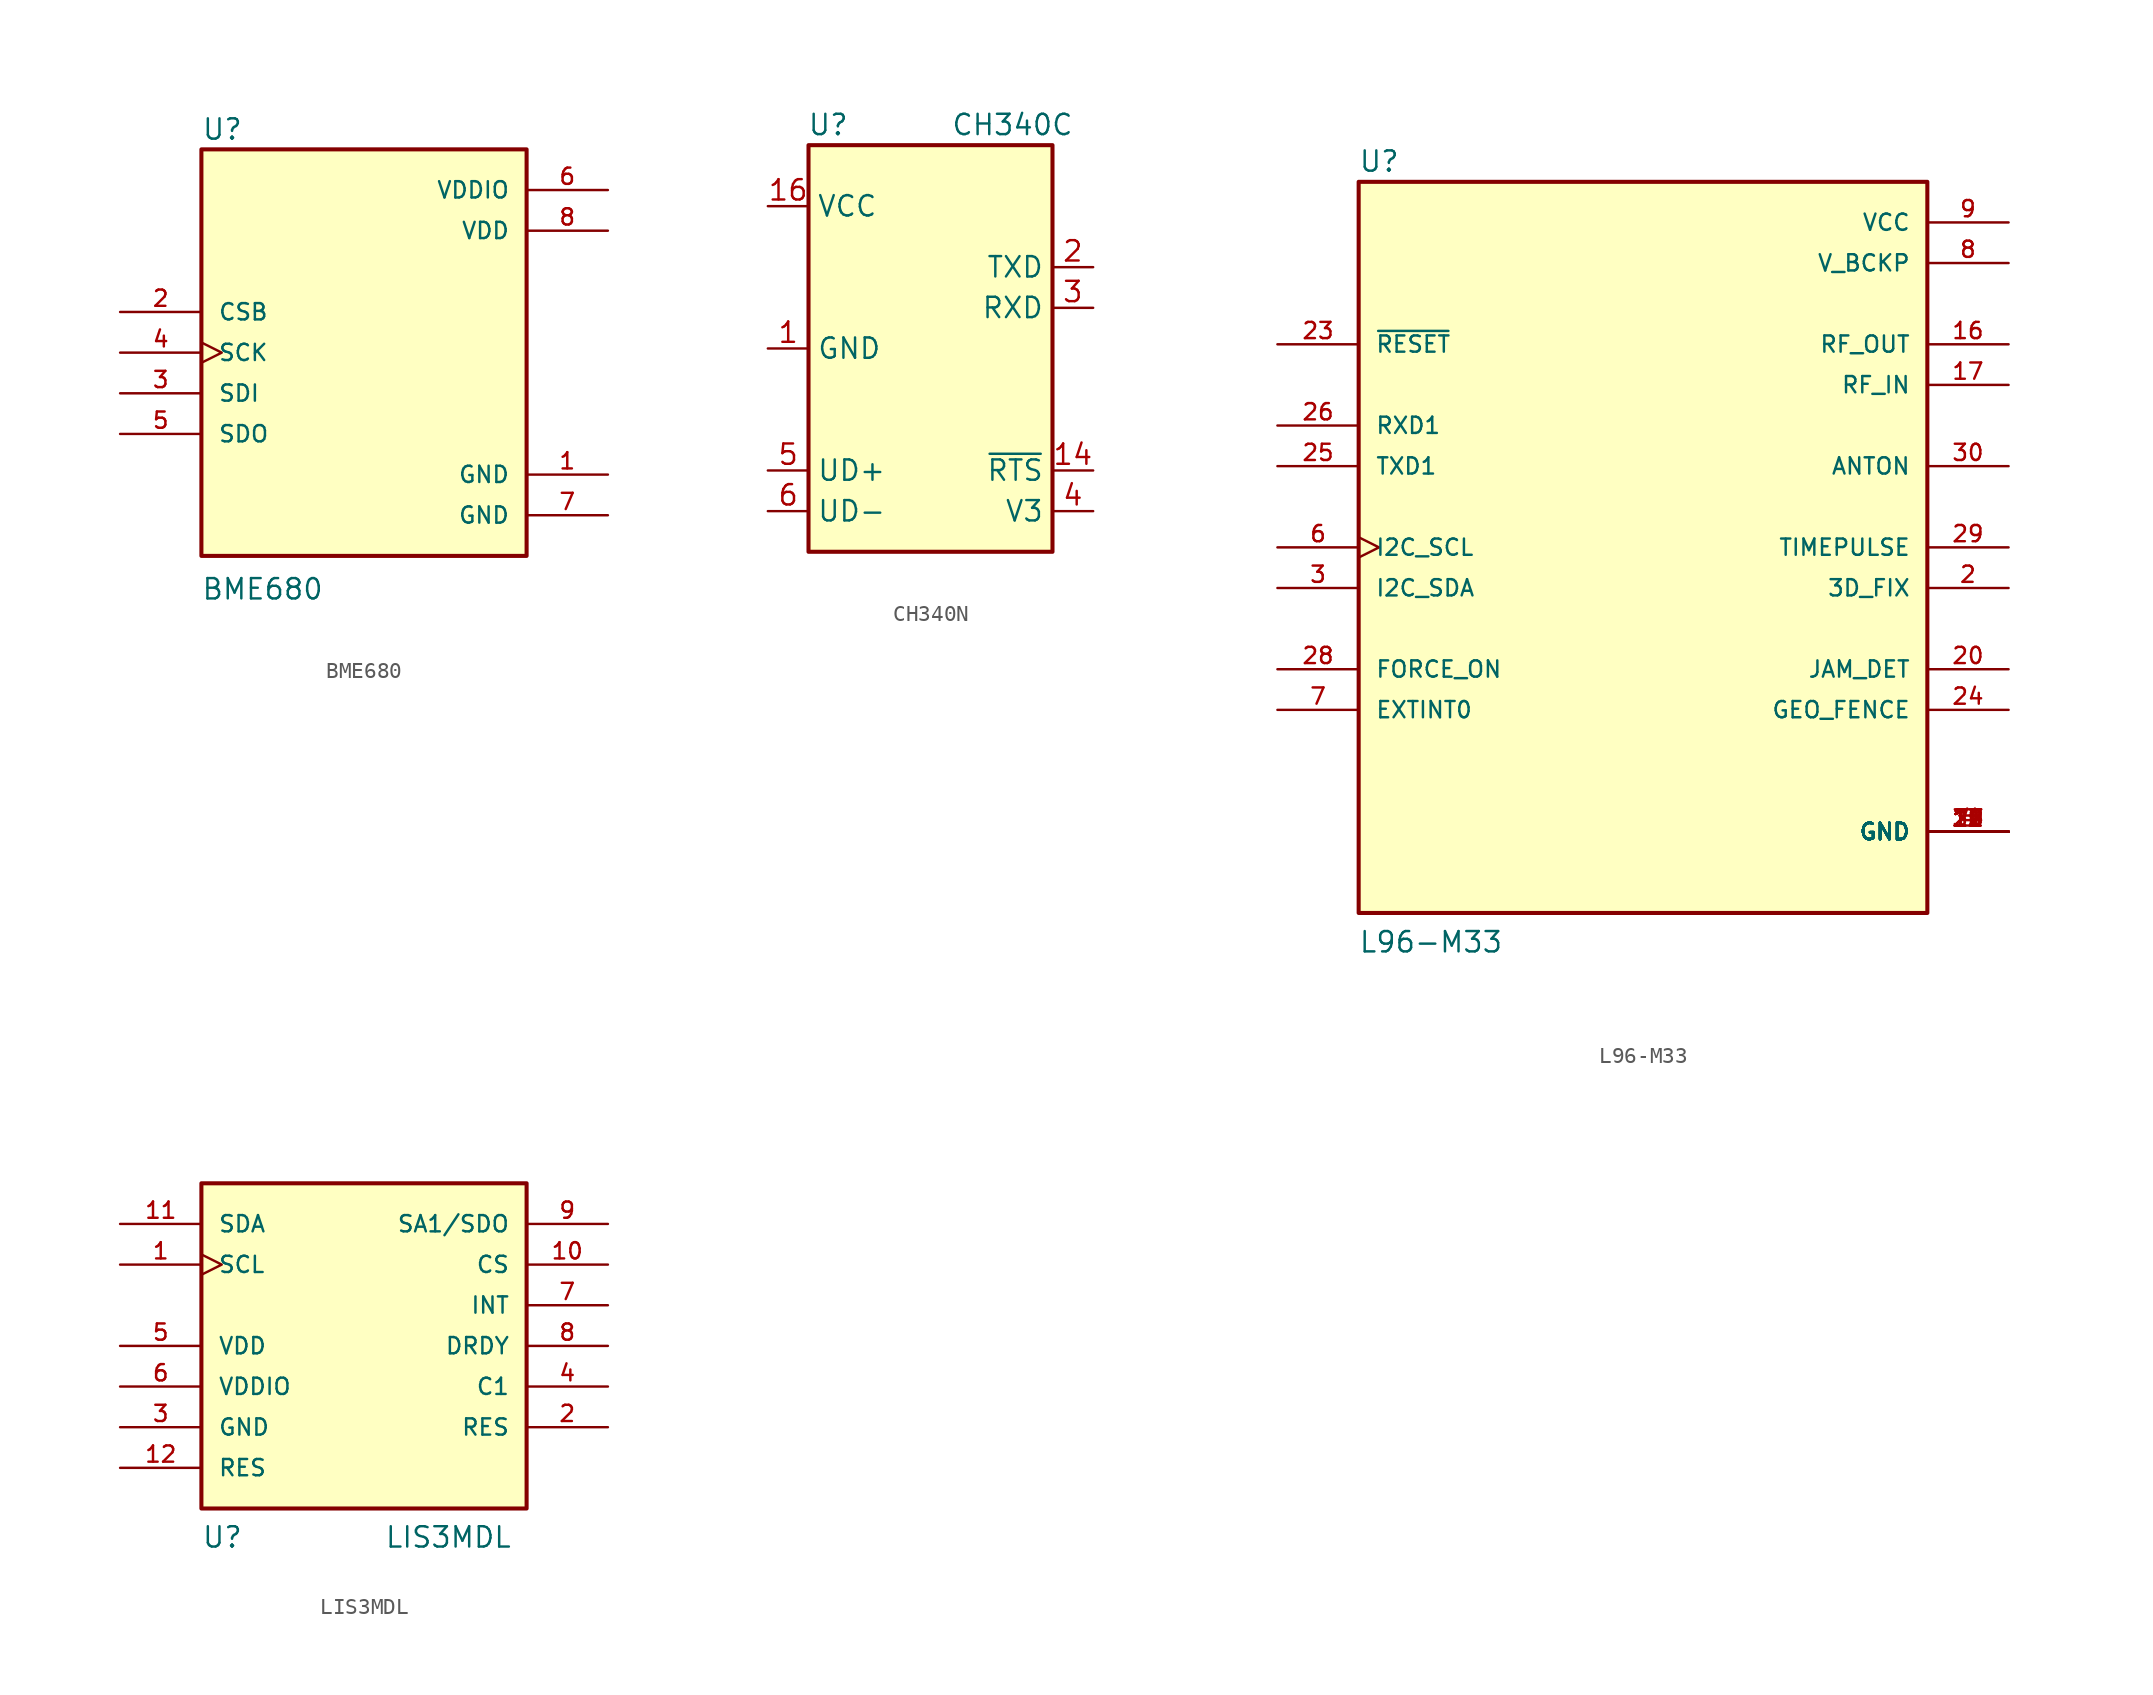
<source format=kicad_sym>
(kicad_symbol_lib
  (version 20220914)
  (generator kicad_symbol_editor)
  (symbol "BME680"
    (pin_names
      (offset 1.016))
    (property "Reference" "U"
      (at -10.16 13.208 0)
      (effects (font (size 1.27 1.27)) (justify left bottom)))
    (property "Value" "BME680"
      (at -10.185 -15.519 0)
      (effects (font (size 1.27 1.27)) (justify left bottom)))
    (symbol "BME680_0_0"
      (rectangle (start -10.16 -12.7) (end 10.16 12.7) (stroke (width 0.254) (type default)) (fill (type background)))
      (pin power_in line (at 15.24 -7.62 180) (length 5.08) (name "GND" (effects (font (size 1.016 1.016)))) (number "1" (effects (font (size 1.016 1.016)))))
      (pin input line (at -15.24 2.54 0) (length 5.08) (name "CSB" (effects (font (size 1.016 1.016)))) (number "2" (effects (font (size 1.016 1.016)))))
      (pin bidirectional line (at -15.24 -2.54 0) (length 5.08) (name "SDI" (effects (font (size 1.016 1.016)))) (number "3" (effects (font (size 1.016 1.016)))))
      (pin input clock (at -15.24 0 0) (length 5.08) (name "SCK" (effects (font (size 1.016 1.016)))) (number "4" (effects (font (size 1.016 1.016)))))
      (pin bidirectional line (at -15.24 -5.08 0) (length 5.08) (name "SDO" (effects (font (size 1.016 1.016)))) (number "5" (effects (font (size 1.016 1.016)))))
      (pin power_in line (at 15.24 10.16 180) (length 5.08) (name "VDDIO" (effects (font (size 1.016 1.016)))) (number "6" (effects (font (size 1.016 1.016)))))
      (pin power_in line (at 15.24 -10.16 180) (length 5.08) (name "GND" (effects (font (size 1.016 1.016)))) (number "7" (effects (font (size 1.016 1.016)))))
      (pin power_in line (at 15.24 7.62 180) (length 5.08) (name "VDD" (effects (font (size 1.016 1.016)))) (number "8" (effects (font (size 1.016 1.016)))))))
  (symbol "CH340N"
    (property "Reference" "U"
      (at -5.08 13.97 0)
      (effects (font (size 1.27 1.27)) (justify right)))
    (property "Value" "CH340C"
      (at 1.27 13.97 0)
      (effects (font (size 1.27 1.27)) (justify left)))
    (symbol "CH340N_0_1"
      (rectangle (start -7.62 12.7) (end 7.62 -12.7) (stroke (width 0.254) (type default)) (fill (type background))))
    (symbol "CH340N_1_1"
      (pin power_in line (at -10.16 0 0) (length 2.54) (name "GND" (effects (font (size 1.27 1.27)))) (number "1" (effects (font (size 1.27 1.27)))))
      (pin output line (at 10.16 -7.62 180) (length 2.54) (name "~{RTS}" (effects (font (size 1.27 1.27)))) (number "14" (effects (font (size 1.27 1.27)))))
      (pin power_in line (at -10.16 8.89 0) (length 2.54) (name "VCC" (effects (font (size 1.27 1.27)))) (number "16" (effects (font (size 1.27 1.27)))))
      (pin output line (at 10.16 5.08 180) (length 2.54) (name "TXD" (effects (font (size 1.27 1.27)))) (number "2" (effects (font (size 1.27 1.27)))))
      (pin input line (at 10.16 2.54 180) (length 2.54) (name "RXD" (effects (font (size 1.27 1.27)))) (number "3" (effects (font (size 1.27 1.27)))))
      (pin passive line (at 10.16 -10.16 180) (length 2.54) (name "V3" (effects (font (size 1.27 1.27)))) (number "4" (effects (font (size 1.27 1.27)))))
      (pin bidirectional line (at -10.16 -7.62 0) (length 2.54) (name "UD+" (effects (font (size 1.27 1.27)))) (number "5" (effects (font (size 1.27 1.27)))))
      (pin bidirectional line (at -10.16 -10.16 0) (length 2.54) (name "UD-" (effects (font (size 1.27 1.27)))) (number "6" (effects (font (size 1.27 1.27)))))))
  (symbol "L96-M33"
    (pin_names
      (offset 1.016))
    (property "Reference" "U"
      (at -17.805 23.393 0)
      (effects (font (size 1.27 1.27)) (justify left bottom)))
    (property "Value" "L96-M33"
      (at -17.805 -25.425 0)
      (effects (font (size 1.27 1.27)) (justify left bottom)))
    (symbol "L96-M33_0_0"
      (rectangle (start -17.78 -22.86) (end 17.78 22.86) (stroke (width 0.254) (type default)) (fill (type background)))
      (pin power_in line (at 22.86 -17.78 180) (length 5.08) (name "GND" (effects (font (size 1.016 1.016)))) (number "10" (effects (font (size 1.016 1.016)))))
      (pin power_in line (at 22.86 -17.78 180) (length 5.08) (name "GND" (effects (font (size 1.016 1.016)))) (number "11" (effects (font (size 1.016 1.016)))))
      (pin power_in line (at 22.86 -17.78 180) (length 5.08) (name "GND" (effects (font (size 1.016 1.016)))) (number "12" (effects (font (size 1.016 1.016)))))
      (pin power_in line (at 22.86 -17.78 180) (length 5.08) (name "GND" (effects (font (size 1.016 1.016)))) (number "13" (effects (font (size 1.016 1.016)))))
      (pin power_in line (at 22.86 -17.78 180) (length 5.08) (name "GND" (effects (font (size 1.016 1.016)))) (number "14" (effects (font (size 1.016 1.016)))))
      (pin power_in line (at 22.86 -17.78 180) (length 5.08) (name "GND" (effects (font (size 1.016 1.016)))) (number "15" (effects (font (size 1.016 1.016)))))
      (pin output line (at 22.86 12.7 180) (length 5.08) (name "RF_OUT" (effects (font (size 1.016 1.016)))) (number "16" (effects (font (size 1.016 1.016)))))
      (pin input line (at 22.86 10.16 180) (length 5.08) (name "RF_IN" (effects (font (size 1.016 1.016)))) (number "17" (effects (font (size 1.016 1.016)))))
      (pin power_in line (at 22.86 -17.78 180) (length 5.08) (name "GND" (effects (font (size 1.016 1.016)))) (number "18" (effects (font (size 1.016 1.016)))))
      (pin power_in line (at 22.86 -17.78 180) (length 5.08) (name "GND" (effects (font (size 1.016 1.016)))) (number "19" (effects (font (size 1.016 1.016)))))
      (pin output line (at 22.86 -2.54 180) (length 5.08) (name "3D_FIX" (effects (font (size 1.016 1.016)))) (number "2" (effects (font (size 1.016 1.016)))))
      (pin output line (at 22.86 -7.62 180) (length 5.08) (name "JAM_DET" (effects (font (size 1.016 1.016)))) (number "20" (effects (font (size 1.016 1.016)))))
      (pin power_in line (at 22.86 -17.78 180) (length 5.08) (name "GND" (effects (font (size 1.016 1.016)))) (number "21" (effects (font (size 1.016 1.016)))))
      (pin power_in line (at 22.86 -17.78 180) (length 5.08) (name "GND" (effects (font (size 1.016 1.016)))) (number "22" (effects (font (size 1.016 1.016)))))
      (pin input line (at -22.86 12.7 0) (length 5.08) (name "~{RESET}" (effects (font (size 1.016 1.016)))) (number "23" (effects (font (size 1.016 1.016)))))
      (pin output line (at 22.86 -10.16 180) (length 5.08) (name "GEO_FENCE" (effects (font (size 1.016 1.016)))) (number "24" (effects (font (size 1.016 1.016)))))
      (pin output line (at -22.86 5.08 0) (length 5.08) (name "TXD1" (effects (font (size 1.016 1.016)))) (number "25" (effects (font (size 1.016 1.016)))))
      (pin input line (at -22.86 7.62 0) (length 5.08) (name "RXD1" (effects (font (size 1.016 1.016)))) (number "26" (effects (font (size 1.016 1.016)))))
      (pin power_in line (at 22.86 -17.78 180) (length 5.08) (name "GND" (effects (font (size 1.016 1.016)))) (number "27" (effects (font (size 1.016 1.016)))))
      (pin input line (at -22.86 -7.62 0) (length 5.08) (name "FORCE_ON" (effects (font (size 1.016 1.016)))) (number "28" (effects (font (size 1.016 1.016)))))
      (pin output line (at 22.86 0 180) (length 5.08) (name "TIMEPULSE" (effects (font (size 1.016 1.016)))) (number "29" (effects (font (size 1.016 1.016)))))
      (pin bidirectional line (at -22.86 -2.54 0) (length 5.08) (name "I2C_SDA" (effects (font (size 1.016 1.016)))) (number "3" (effects (font (size 1.016 1.016)))))
      (pin output line (at 22.86 5.08 180) (length 5.08) (name "ANTON" (effects (font (size 1.016 1.016)))) (number "30" (effects (font (size 1.016 1.016)))))
      (pin power_in line (at 22.86 -17.78 180) (length 5.08) (name "GND" (effects (font (size 1.016 1.016)))) (number "31" (effects (font (size 1.016 1.016)))))
      (pin power_in line (at 22.86 -17.78 180) (length 5.08) (name "GND" (effects (font (size 1.016 1.016)))) (number "4" (effects (font (size 1.016 1.016)))))
      (pin power_in line (at 22.86 -17.78 180) (length 5.08) (name "GND" (effects (font (size 1.016 1.016)))) (number "5" (effects (font (size 1.016 1.016)))))
      (pin bidirectional clock (at -22.86 0 0) (length 5.08) (name "I2C_SCL" (effects (font (size 1.016 1.016)))) (number "6" (effects (font (size 1.016 1.016)))))
      (pin input line (at -22.86 -10.16 0) (length 5.08) (name "EXTINT0" (effects (font (size 1.016 1.016)))) (number "7" (effects (font (size 1.016 1.016)))))
      (pin power_in line (at 22.86 17.78 180) (length 5.08) (name "V_BCKP" (effects (font (size 1.016 1.016)))) (number "8" (effects (font (size 1.016 1.016)))))
      (pin power_in line (at 22.86 20.32 180) (length 5.08) (name "VCC" (effects (font (size 1.016 1.016)))) (number "9" (effects (font (size 1.016 1.016)))))))
  (symbol "LIS3MDL"
    (pin_names
      (offset 1.016))
    (property "Reference" "U"
      (at -10.16 -12.7 0)
      (effects (font (size 1.27 1.27)) (justify left bottom)))
    (property "Value" "LIS3MDL"
      (at 1.27 -12.7 0)
      (effects (font (size 1.27 1.27)) (justify left bottom)))
    (symbol "LIS3MDL_0_0"
      (rectangle (start -10.16 10.16) (end 10.16 -10.16) (stroke (width 0.254) (type default)) (fill (type background)))
      (pin input clock (at -15.24 5.08 0) (length 5.08) (name "SCL" (effects (font (size 1.016 1.016)))) (number "1" (effects (font (size 1.016 1.016)))))
      (pin input line (at 15.24 5.08 180) (length 5.08) (name "CS" (effects (font (size 1.016 1.016)))) (number "10" (effects (font (size 1.016 1.016)))))
      (pin bidirectional line (at -15.24 7.62 0) (length 5.08) (name "SDA" (effects (font (size 1.016 1.016)))) (number "11" (effects (font (size 1.016 1.016)))))
      (pin input line (at -15.24 -7.62 0) (length 5.08) (name "RES" (effects (font (size 1.016 1.016)))) (number "12" (effects (font (size 1.016 1.016)))))
      (pin input line (at 15.24 -5.08 180) (length 5.08) (name "RES" (effects (font (size 1.016 1.016)))) (number "2" (effects (font (size 1.016 1.016)))))
      (pin power_in line (at -15.24 -5.08 0) (length 5.08) (name "GND" (effects (font (size 1.016 1.016)))) (number "3" (effects (font (size 1.016 1.016)))))
      (pin power_in line (at 15.24 -2.54 180) (length 5.08) (name "C1" (effects (font (size 1.016 1.016)))) (number "4" (effects (font (size 1.016 1.016)))))
      (pin power_in line (at -15.24 0 0) (length 5.08) (name "VDD" (effects (font (size 1.016 1.016)))) (number "5" (effects (font (size 1.016 1.016)))))
      (pin power_in line (at -15.24 -2.54 0) (length 5.08) (name "VDDIO" (effects (font (size 1.016 1.016)))) (number "6" (effects (font (size 1.016 1.016)))))
      (pin output line (at 15.24 2.54 180) (length 5.08) (name "INT" (effects (font (size 1.016 1.016)))) (number "7" (effects (font (size 1.016 1.016)))))
      (pin output line (at 15.24 0 180) (length 5.08) (name "DRDY" (effects (font (size 1.016 1.016)))) (number "8" (effects (font (size 1.016 1.016)))))
      (pin output line (at 15.24 7.62 180) (length 5.08) (name "SA1/SDO" (effects (font (size 1.016 1.016)))) (number "9" (effects (font (size 1.016 1.016))))))))
</source>
